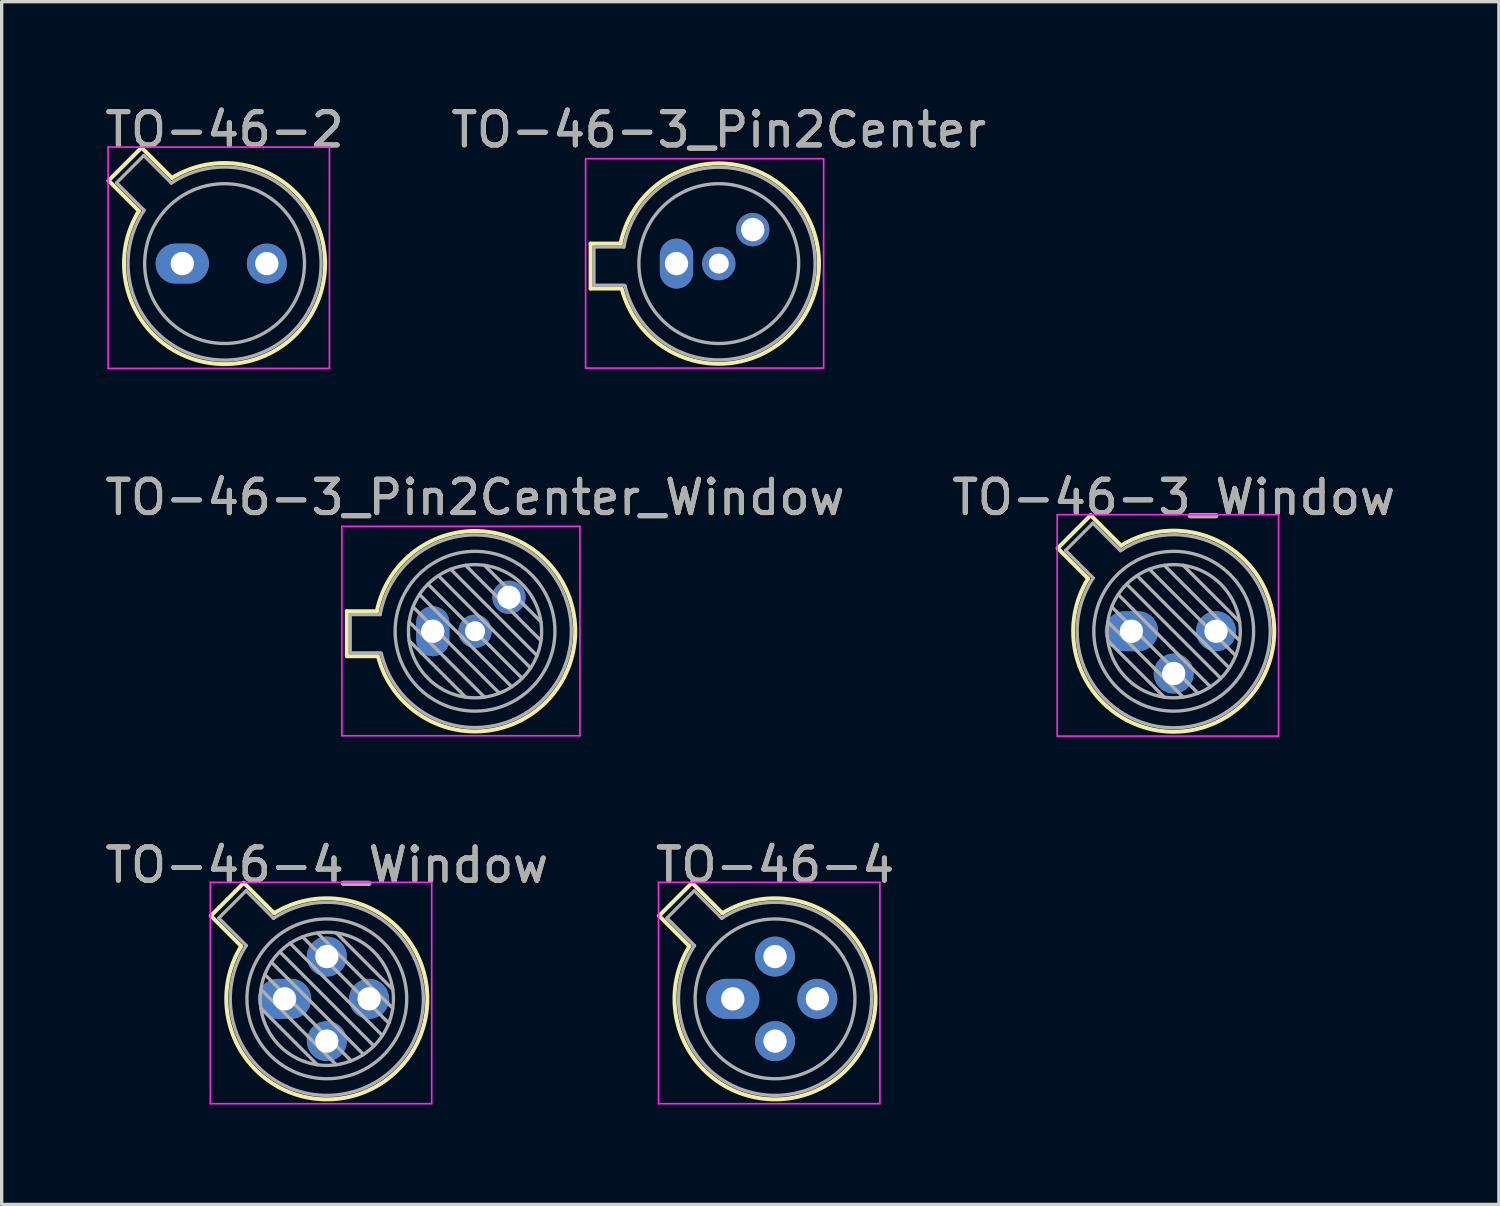
<source format=kicad_pcb>
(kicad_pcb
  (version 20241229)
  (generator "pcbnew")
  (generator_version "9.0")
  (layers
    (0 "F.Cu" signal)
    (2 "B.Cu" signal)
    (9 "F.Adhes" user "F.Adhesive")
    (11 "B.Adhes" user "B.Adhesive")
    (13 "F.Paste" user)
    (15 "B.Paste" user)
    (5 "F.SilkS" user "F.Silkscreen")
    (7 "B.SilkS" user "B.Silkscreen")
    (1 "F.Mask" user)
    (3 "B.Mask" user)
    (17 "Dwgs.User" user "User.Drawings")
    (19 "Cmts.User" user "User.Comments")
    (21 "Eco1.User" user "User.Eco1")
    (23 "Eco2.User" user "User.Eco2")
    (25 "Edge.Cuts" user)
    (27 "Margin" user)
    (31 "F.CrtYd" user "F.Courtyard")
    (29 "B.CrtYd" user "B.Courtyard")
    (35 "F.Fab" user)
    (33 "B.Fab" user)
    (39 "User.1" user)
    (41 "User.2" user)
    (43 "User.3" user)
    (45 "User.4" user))
  (footprint "TO-46-3_Pin2Center_Window"
    (layer "F.Cu")
    (at 9.95 15.912)
    (property "Reference" "TO-46-3_Pin2Center_Window" (at 1.27 -4.02 0) (layer "F.SilkS") (effects (font (size 1 1) (thickness 0.15))))
    (attr through_hole)
    (fp_line (start -2.58 -0.6) (end -2.58 0.75) (stroke (width 0.12) (type solid)) (layer "F.SilkS"))
    (fp_line (start -2.58 0.75) (end -1.68 0.75) (stroke (width 0.12) (type solid)) (layer "F.SilkS"))
    (fp_line (start -1.68 -0.6) (end -2.58 -0.6) (stroke (width 0.12) (type solid)) (layer "F.SilkS"))
    (fp_arc (start -1.68 -0.6) (mid 4.279362 -0.078983) (end -1.644465 0.753918) (stroke (width 0.12) (type solid)) (layer "F.SilkS"))
    (fp_line (start -2.73 -3.15) (end -2.73 3.14) (stroke (width 0.05) (type solid)) (layer "F.CrtYd"))
    (fp_line (start -2.73 -3.15) (end 4.42 -3.15) (stroke (width 0.05) (type solid)) (layer "F.CrtYd"))
    (fp_line (start 4.42 3.14) (end -2.73 3.14) (stroke (width 0.05) (type solid)) (layer "F.CrtYd"))
    (fp_line (start 4.42 3.14) (end 4.42 -3.15) (stroke (width 0.05) (type solid)) (layer "F.CrtYd"))
    (fp_line (start -2.48 -0.5) (end -2.48 0.65) (stroke (width 0.1) (type solid)) (layer "F.Fab"))
    (fp_line (start -2.48 0.65) (end -1.58 0.65) (stroke (width 0.1) (type solid)) (layer "F.Fab"))
    (fp_line (start -1.58 -0.5) (end -2.48 -0.5) (stroke (width 0.1) (type solid)) (layer "F.Fab"))
    (fp_line (start -0.71 -0.283) (end 1.553 1.98) (stroke (width 0.1) (type solid)) (layer "F.Fab"))
    (fp_line (start -0.71 0.283) (end 0.987 1.98) (stroke (width 0.1) (type solid)) (layer "F.Fab"))
    (fp_line (start -0.592 -0.731) (end 2.001 1.862) (stroke (width 0.1) (type solid)) (layer "F.Fab"))
    (fp_line (start -0.399 -1.103) (end 2.373 1.669) (stroke (width 0.1) (type solid)) (layer "F.Fab"))
    (fp_line (start -0.145 -1.415) (end 2.685 1.415) (stroke (width 0.1) (type solid)) (layer "F.Fab"))
    (fp_line (start 0.167 -1.669) (end 2.939 1.103) (stroke (width 0.1) (type solid)) (layer "F.Fab"))
    (fp_line (start 0.539 -1.862) (end 3.132 0.731) (stroke (width 0.1) (type solid)) (layer "F.Fab"))
    (fp_line (start 0.987 -1.98) (end 3.25 0.283) (stroke (width 0.1) (type solid)) (layer "F.Fab"))
    (fp_line (start 1.553 -1.98) (end 3.25 -0.283) (stroke (width 0.1) (type solid)) (layer "F.Fab"))
    (fp_arc (start -1.58 -0.5) (mid 4.1624 -0.08076) (end -1.54766 0.65825) (stroke (width 0.1) (type solid)) (layer "F.Fab"))
    (fp_circle (center 1.27 0) (end 3.27 0) (stroke (width 0.1) (type solid)) (fill no) (layer "F.Fab"))
    (fp_circle (center 1.27 0) (end 3.67 0) (stroke (width 0.1) (type solid)) (fill no) (layer "F.Fab"))
    (fp_text user "${REFERENCE}" (at 1.27 -4.02 0) (layer "F.Fab") (effects (font (size 1 1) (thickness 0.15))))
    (pad "1" thru_hole oval (at 0 0 90) (size 1.5 1) (drill 0.7) (layers "*.Cu" "*.Mask"))
    (pad "2" thru_hole oval (at 1.27 0) (size 1 1) (drill 0.6) (layers "*.Cu" "*.Mask"))
    (pad "3" thru_hole oval (at 2.29 -1.02 90) (size 1 1) (drill 0.7) (layers "*.Cu" "*.Mask")))
  (footprint "TO-46-2"
    (layer "F.Cu")
    (at 2.426 4.868)
    (property "Reference" "TO-46-2" (at 1.27 -4.02 0) (layer "F.SilkS") (effects (font (size 1 1) (thickness 0.15))))
    (attr through_hole)
    (fp_line (start -2.214 -2.494) (end -1.302 -1.582) (stroke (width 0.12) (type solid)) (layer "F.SilkS"))
    (fp_line (start -1.224 -3.484) (end -2.214 -2.494) (stroke (width 0.12) (type solid)) (layer "F.SilkS"))
    (fp_line (start -0.312 -2.572) (end -1.224 -3.484) (stroke (width 0.12) (type solid)) (layer "F.SilkS"))
    (fp_arc (start -0.312331 -2.572281) (mid 3.405374 2.135551) (end -1.30215 -1.582544) (stroke (width 0.12) (type solid)) (layer "F.SilkS"))
    (fp_line (start -2.23 -3.5) (end -2.23 3.15) (stroke (width 0.05) (type solid)) (layer "F.CrtYd"))
    (fp_line (start -2.23 3.15) (end 4.42 3.15) (stroke (width 0.05) (type solid)) (layer "F.CrtYd"))
    (fp_line (start 4.42 -3.5) (end -2.23 -3.5) (stroke (width 0.05) (type solid)) (layer "F.CrtYd"))
    (fp_line (start 4.42 3.15) (end 4.42 -3.5) (stroke (width 0.05) (type solid)) (layer "F.CrtYd"))
    (fp_line (start -1.977 -2.426) (end -1.149 -1.599) (stroke (width 0.1) (type solid)) (layer "F.Fab"))
    (fp_line (start -1.156 -3.247) (end -1.977 -2.426) (stroke (width 0.1) (type solid)) (layer "F.Fab"))
    (fp_line (start -0.329 -2.419) (end -1.156 -3.247) (stroke (width 0.1) (type solid)) (layer "F.Fab"))
    (fp_arc (start -0.329057 -2.419301) (mid 3.321076 2.050143) (end -1.150029 -1.597956) (stroke (width 0.1) (type solid)) (layer "F.Fab"))
    (fp_circle (center 1.27 0) (end 3.67 0) (stroke (width 0.1) (type solid)) (fill no) (layer "F.Fab"))
    (fp_text user "${REFERENCE}" (at 1.27 -4.02 0) (layer "F.Fab") (effects (font (size 1 1) (thickness 0.15))))
    (pad "1" thru_hole oval (at 0 0) (size 1.6 1.2) (drill 0.7) (layers "*.Cu" "*.Mask"))
    (pad "2" thru_hole oval (at 2.54 0) (size 1.2 1.2) (drill 0.7) (layers "*.Cu" "*.Mask")))
  (footprint "TO-46-4"
    (layer "F.Cu")
    (at 18.962 26.955)
    (property "Reference" "TO-46-4" (at 1.27 -4.02 0) (layer "F.SilkS") (effects (font (size 1 1) (thickness 0.15))))
    (attr through_hole)
    (fp_line (start -2.214 -2.494) (end -1.302 -1.582) (stroke (width 0.12) (type solid)) (layer "F.SilkS"))
    (fp_line (start -1.224 -3.484) (end -2.214 -2.494) (stroke (width 0.12) (type solid)) (layer "F.SilkS"))
    (fp_line (start -0.312 -2.572) (end -1.224 -3.484) (stroke (width 0.12) (type solid)) (layer "F.SilkS"))
    (fp_arc (start -0.312331 -2.572281) (mid 3.405374 2.135551) (end -1.30215 -1.582544) (stroke (width 0.12) (type solid)) (layer "F.SilkS"))
    (fp_line (start -2.23 -3.5) (end -2.23 3.15) (stroke (width 0.05) (type solid)) (layer "F.CrtYd"))
    (fp_line (start -2.23 3.15) (end 4.42 3.15) (stroke (width 0.05) (type solid)) (layer "F.CrtYd"))
    (fp_line (start 4.42 -3.5) (end -2.23 -3.5) (stroke (width 0.05) (type solid)) (layer "F.CrtYd"))
    (fp_line (start 4.42 3.15) (end 4.42 -3.5) (stroke (width 0.05) (type solid)) (layer "F.CrtYd"))
    (fp_line (start -1.977 -2.426) (end -1.149 -1.599) (stroke (width 0.1) (type solid)) (layer "F.Fab"))
    (fp_line (start -1.156 -3.247) (end -1.977 -2.426) (stroke (width 0.1) (type solid)) (layer "F.Fab"))
    (fp_line (start -0.329 -2.419) (end -1.156 -3.247) (stroke (width 0.1) (type solid)) (layer "F.Fab"))
    (fp_arc (start -0.329057 -2.419301) (mid 3.321076 2.050143) (end -1.150029 -1.597956) (stroke (width 0.1) (type solid)) (layer "F.Fab"))
    (fp_circle (center 1.27 0) (end 3.67 0) (stroke (width 0.1) (type solid)) (fill no) (layer "F.Fab"))
    (fp_text user "${REFERENCE}" (at 1.27 -4.02 0) (layer "F.Fab") (effects (font (size 1 1) (thickness 0.15))))
    (pad "1" thru_hole oval (at 0 0) (size 1.6 1.2) (drill 0.7) (layers "*.Cu" "*.Mask"))
    (pad "2" thru_hole oval (at 1.27 1.27) (size 1.2 1.2) (drill 0.7) (layers "*.Cu" "*.Mask"))
    (pad "3" thru_hole oval (at 2.54 0) (size 1.2 1.2) (drill 0.7) (layers "*.Cu" "*.Mask"))
    (pad "4" thru_hole oval (at 1.27 -1.27) (size 1.2 1.2) (drill 0.7) (layers "*.Cu" "*.Mask")))
  (footprint "TO-46-4_Window"
    (layer "F.Cu")
    (at 5.498 26.955)
    (property "Reference" "TO-46-4_Window" (at 1.27 -4.02 0) (layer "F.SilkS") (effects (font (size 1 1) (thickness 0.15))))
    (attr through_hole)
    (fp_line (start -2.214 -2.494) (end -1.302 -1.582) (stroke (width 0.12) (type solid)) (layer "F.SilkS"))
    (fp_line (start -1.224 -3.484) (end -2.214 -2.494) (stroke (width 0.12) (type solid)) (layer "F.SilkS"))
    (fp_line (start -0.312 -2.572) (end -1.224 -3.484) (stroke (width 0.12) (type solid)) (layer "F.SilkS"))
    (fp_arc (start -0.312331 -2.572281) (mid 3.405374 2.135551) (end -1.30215 -1.582544) (stroke (width 0.12) (type solid)) (layer "F.SilkS"))
    (fp_line (start -2.23 -3.5) (end -2.23 3.15) (stroke (width 0.05) (type solid)) (layer "F.CrtYd"))
    (fp_line (start -2.23 3.15) (end 4.42 3.15) (stroke (width 0.05) (type solid)) (layer "F.CrtYd"))
    (fp_line (start 4.42 -3.5) (end -2.23 -3.5) (stroke (width 0.05) (type solid)) (layer "F.CrtYd"))
    (fp_line (start 4.42 3.15) (end 4.42 -3.5) (stroke (width 0.05) (type solid)) (layer "F.CrtYd"))
    (fp_line (start -1.977 -2.426) (end -1.149 -1.599) (stroke (width 0.1) (type solid)) (layer "F.Fab"))
    (fp_line (start -1.156 -3.247) (end -1.977 -2.426) (stroke (width 0.1) (type solid)) (layer "F.Fab"))
    (fp_line (start -0.71 -0.283) (end 1.553 1.98) (stroke (width 0.1) (type solid)) (layer "F.Fab"))
    (fp_line (start -0.71 0.283) (end 0.987 1.98) (stroke (width 0.1) (type solid)) (layer "F.Fab"))
    (fp_line (start -0.592 -0.731) (end 2.001 1.862) (stroke (width 0.1) (type solid)) (layer "F.Fab"))
    (fp_line (start -0.399 -1.103) (end 2.373 1.669) (stroke (width 0.1) (type solid)) (layer "F.Fab"))
    (fp_line (start -0.329 -2.419) (end -1.156 -3.247) (stroke (width 0.1) (type solid)) (layer "F.Fab"))
    (fp_line (start -0.145 -1.415) (end 2.685 1.415) (stroke (width 0.1) (type solid)) (layer "F.Fab"))
    (fp_line (start 0.167 -1.669) (end 2.939 1.103) (stroke (width 0.1) (type solid)) (layer "F.Fab"))
    (fp_line (start 0.539 -1.862) (end 3.132 0.731) (stroke (width 0.1) (type solid)) (layer "F.Fab"))
    (fp_line (start 0.987 -1.98) (end 3.25 0.283) (stroke (width 0.1) (type solid)) (layer "F.Fab"))
    (fp_line (start 1.553 -1.98) (end 3.25 -0.283) (stroke (width 0.1) (type solid)) (layer "F.Fab"))
    (fp_arc (start -0.329057 -2.419301) (mid 3.321076 2.050143) (end -1.150029 -1.597956) (stroke (width 0.1) (type solid)) (layer "F.Fab"))
    (fp_circle (center 1.27 0) (end 3.27 0) (stroke (width 0.1) (type solid)) (fill no) (layer "F.Fab"))
    (fp_circle (center 1.27 0) (end 3.67 0) (stroke (width 0.1) (type solid)) (fill no) (layer "F.Fab"))
    (fp_text user "${REFERENCE}" (at 1.27 -4.02 0) (layer "F.Fab") (effects (font (size 1 1) (thickness 0.15))))
    (pad "1" thru_hole oval (at 0 0) (size 1.6 1.2) (drill 0.7) (layers "*.Cu" "*.Mask"))
    (pad "2" thru_hole oval (at 1.27 1.27) (size 1.2 1.2) (drill 0.7) (layers "*.Cu" "*.Mask"))
    (pad "3" thru_hole oval (at 2.54 0) (size 1.2 1.2) (drill 0.7) (layers "*.Cu" "*.Mask"))
    (pad "4" thru_hole oval (at 1.27 -1.27) (size 1.2 1.2) (drill 0.7) (layers "*.Cu" "*.Mask")))
  (footprint "TO-46-3_Pin2Center"
    (layer "F.Cu")
    (at 17.272 4.868)
    (property "Reference" "TO-46-3_Pin2Center" (at 1.27 -4.02 0) (layer "F.SilkS") (effects (font (size 1 1) (thickness 0.15))))
    (attr through_hole)
    (fp_line (start -2.58 -0.6) (end -2.58 0.75) (stroke (width 0.12) (type solid)) (layer "F.SilkS"))
    (fp_line (start -2.58 0.75) (end -1.68 0.75) (stroke (width 0.12) (type solid)) (layer "F.SilkS"))
    (fp_line (start -1.68 -0.6) (end -2.58 -0.6) (stroke (width 0.12) (type solid)) (layer "F.SilkS"))
    (fp_arc (start -1.68 -0.6) (mid 4.279362 -0.078983) (end -1.644465 0.753918) (stroke (width 0.12) (type solid)) (layer "F.SilkS"))
    (fp_line (start -2.73 -3.15) (end -2.73 3.14) (stroke (width 0.05) (type solid)) (layer "F.CrtYd"))
    (fp_line (start -2.73 -3.15) (end 4.42 -3.15) (stroke (width 0.05) (type solid)) (layer "F.CrtYd"))
    (fp_line (start 4.42 3.14) (end -2.73 3.14) (stroke (width 0.05) (type solid)) (layer "F.CrtYd"))
    (fp_line (start 4.42 3.14) (end 4.42 -3.15) (stroke (width 0.05) (type solid)) (layer "F.CrtYd"))
    (fp_line (start -2.48 -0.5) (end -2.48 0.65) (stroke (width 0.1) (type solid)) (layer "F.Fab"))
    (fp_line (start -2.48 0.65) (end -1.58 0.65) (stroke (width 0.1) (type solid)) (layer "F.Fab"))
    (fp_line (start -1.58 -0.5) (end -2.48 -0.5) (stroke (width 0.1) (type solid)) (layer "F.Fab"))
    (fp_arc (start -1.58 -0.5) (mid 4.1624 -0.08076) (end -1.54766 0.65825) (stroke (width 0.1) (type solid)) (layer "F.Fab"))
    (fp_circle (center 1.27 0) (end 3.67 0) (stroke (width 0.1) (type solid)) (fill no) (layer "F.Fab"))
    (fp_text user "${REFERENCE}" (at 1.27 -4.02 0) (layer "F.Fab") (effects (font (size 1 1) (thickness 0.15))))
    (pad "1" thru_hole oval (at 0 0 90) (size 1.5 1) (drill 0.7) (layers "*.Cu" "*.Mask"))
    (pad "2" thru_hole oval (at 1.27 0) (size 1 1) (drill 0.6) (layers "*.Cu" "*.Mask"))
    (pad "3" thru_hole oval (at 2.29 -1.02 90) (size 1 1) (drill 0.7) (layers "*.Cu" "*.Mask")))
  (footprint "TO-46-3_Window"
    (layer "F.Cu")
    (at 30.938 15.912)
    (property "Reference" "TO-46-3_Window" (at 1.27 -4.02 0) (layer "F.SilkS") (effects (font (size 1 1) (thickness 0.15))))
    (attr through_hole)
    (fp_line (start -2.214 -2.494) (end -1.302 -1.582) (stroke (width 0.12) (type solid)) (layer "F.SilkS"))
    (fp_line (start -1.224 -3.484) (end -2.214 -2.494) (stroke (width 0.12) (type solid)) (layer "F.SilkS"))
    (fp_line (start -0.312 -2.572) (end -1.224 -3.484) (stroke (width 0.12) (type solid)) (layer "F.SilkS"))
    (fp_arc (start -0.312331 -2.572281) (mid 3.405374 2.135551) (end -1.30215 -1.582544) (stroke (width 0.12) (type solid)) (layer "F.SilkS"))
    (fp_line (start -2.23 -3.5) (end -2.23 3.15) (stroke (width 0.05) (type solid)) (layer "F.CrtYd"))
    (fp_line (start -2.23 3.15) (end 4.42 3.15) (stroke (width 0.05) (type solid)) (layer "F.CrtYd"))
    (fp_line (start 4.42 -3.5) (end -2.23 -3.5) (stroke (width 0.05) (type solid)) (layer "F.CrtYd"))
    (fp_line (start 4.42 3.15) (end 4.42 -3.5) (stroke (width 0.05) (type solid)) (layer "F.CrtYd"))
    (fp_line (start -1.977 -2.426) (end -1.149 -1.599) (stroke (width 0.1) (type solid)) (layer "F.Fab"))
    (fp_line (start -1.156 -3.247) (end -1.977 -2.426) (stroke (width 0.1) (type solid)) (layer "F.Fab"))
    (fp_line (start -0.71 -0.283) (end 1.553 1.98) (stroke (width 0.1) (type solid)) (layer "F.Fab"))
    (fp_line (start -0.71 0.283) (end 0.987 1.98) (stroke (width 0.1) (type solid)) (layer "F.Fab"))
    (fp_line (start -0.592 -0.731) (end 2.001 1.862) (stroke (width 0.1) (type solid)) (layer "F.Fab"))
    (fp_line (start -0.399 -1.103) (end 2.373 1.669) (stroke (width 0.1) (type solid)) (layer "F.Fab"))
    (fp_line (start -0.329 -2.419) (end -1.156 -3.247) (stroke (width 0.1) (type solid)) (layer "F.Fab"))
    (fp_line (start -0.145 -1.415) (end 2.685 1.415) (stroke (width 0.1) (type solid)) (layer "F.Fab"))
    (fp_line (start 0.167 -1.669) (end 2.939 1.103) (stroke (width 0.1) (type solid)) (layer "F.Fab"))
    (fp_line (start 0.539 -1.862) (end 3.132 0.731) (stroke (width 0.1) (type solid)) (layer "F.Fab"))
    (fp_line (start 0.987 -1.98) (end 3.25 0.283) (stroke (width 0.1) (type solid)) (layer "F.Fab"))
    (fp_line (start 1.553 -1.98) (end 3.25 -0.283) (stroke (width 0.1) (type solid)) (layer "F.Fab"))
    (fp_arc (start -0.329057 -2.419301) (mid 3.321076 2.050143) (end -1.150029 -1.597956) (stroke (width 0.1) (type solid)) (layer "F.Fab"))
    (fp_circle (center 1.27 0) (end 3.27 0) (stroke (width 0.1) (type solid)) (fill no) (layer "F.Fab"))
    (fp_circle (center 1.27 0) (end 3.67 0) (stroke (width 0.1) (type solid)) (fill no) (layer "F.Fab"))
    (fp_text user "${REFERENCE}" (at 1.27 -4.02 0) (layer "F.Fab") (effects (font (size 1 1) (thickness 0.15))))
    (pad "1" thru_hole oval (at 0 0) (size 1.6 1.2) (drill 0.7) (layers "*.Cu" "*.Mask"))
    (pad "2" thru_hole oval (at 1.27 1.27) (size 1.2 1.2) (drill 0.7) (layers "*.Cu" "*.Mask"))
    (pad "3" thru_hole oval (at 2.54 0) (size 1.2 1.2) (drill 0.7) (layers "*.Cu" "*.Mask")))
  (gr_rect
    (start -3 -3)
    (end 41.976 33.13)
    (stroke (width 0.1) (type default))
    (fill no)
    (layer "Edge.Cuts")))
</source>
